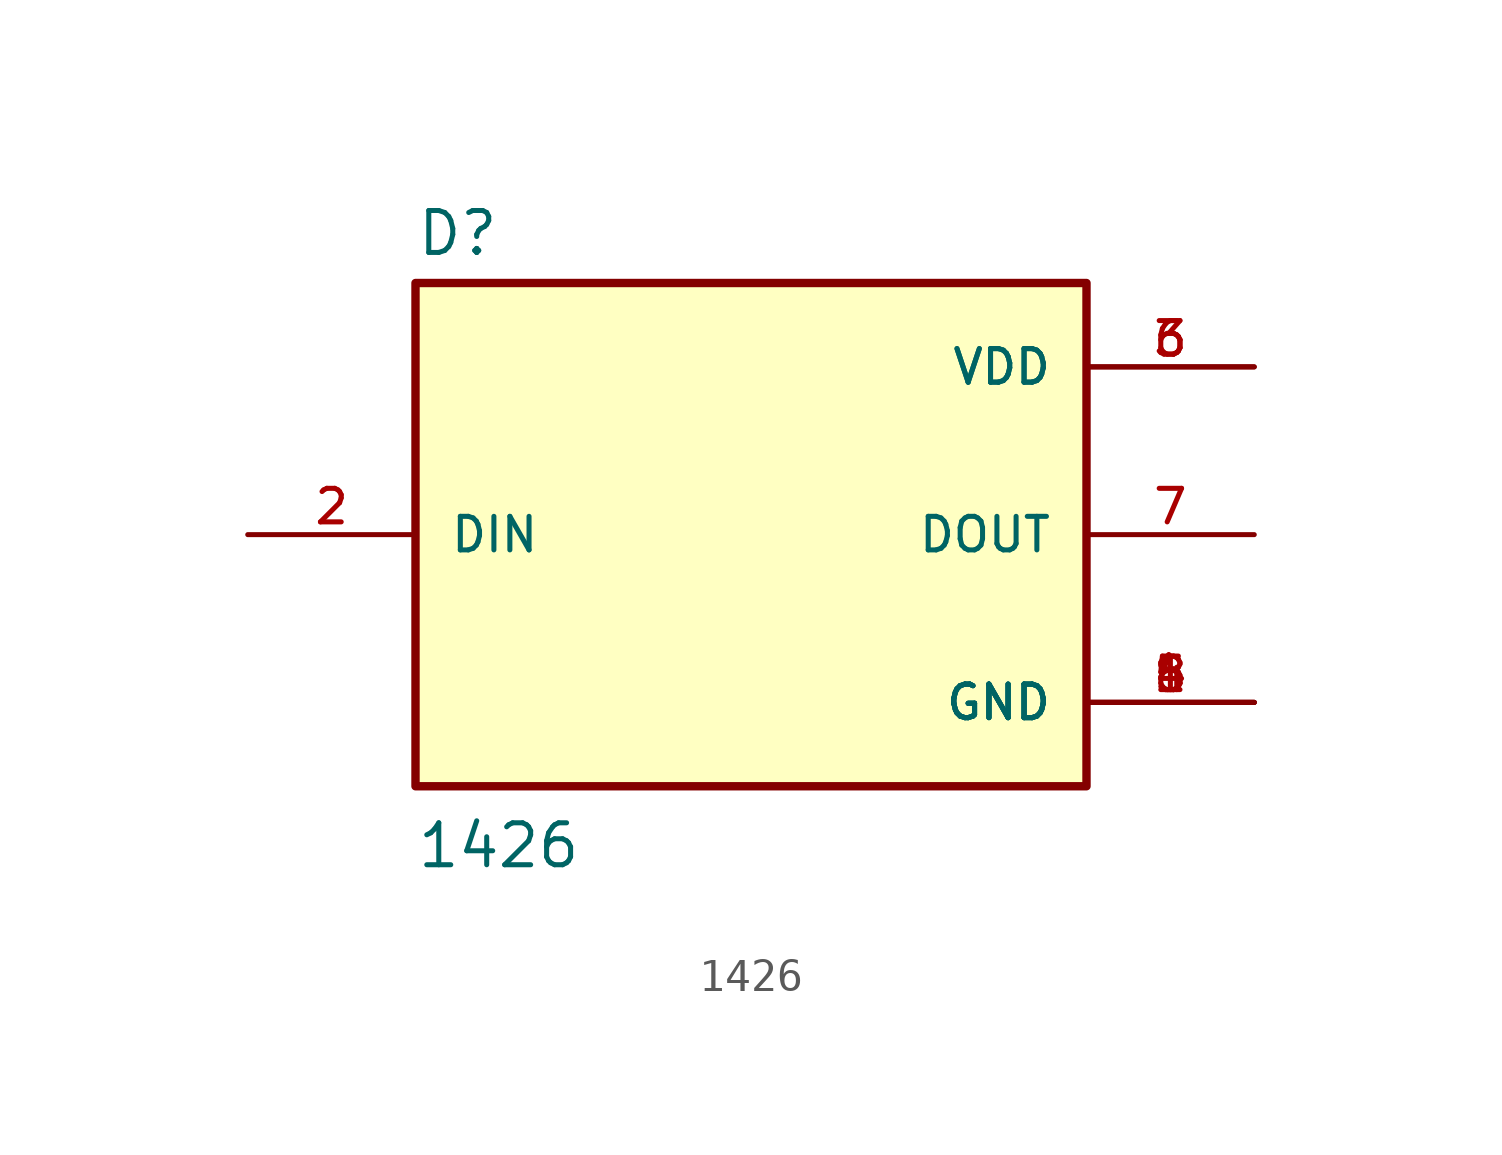
<source format=kicad_sym>
(kicad_symbol_lib
  (version 20211014)
  (generator kicad_symbol_editor)
  (symbol "1426"
    (pin_names
      (offset 1.016))
    (property "Reference" "D"
      (at -10.16 8.382 0)
      (effects (font (size 1.27 1.27)) (justify bottom left)))
    (property "Value" "1426"
      (at -10.16 -10.16 0)
      (effects (font (size 1.27 1.27)) (justify bottom left)))
    (symbol "1426_0_0"
      (rectangle (start -10.16 -7.62) (end 10.16 7.62) (stroke (width 0.254)) (fill (type background)))
      (pin input line (at -15.24 0.0 0) (length 5.08) (name "DIN" (effects (font (size 1.016 1.016)))) (number "2" (effects (font (size 1.016 1.016)))))
      (pin power_in line (at 15.24 5.08 180.0) (length 5.08) (name "VDD" (effects (font (size 1.016 1.016)))) (number "3" (effects (font (size 1.016 1.016)))))
      (pin power_in line (at 15.24 5.08 180.0) (length 5.08) (name "VDD" (effects (font (size 1.016 1.016)))) (number "6" (effects (font (size 1.016 1.016)))))
      (pin output line (at 15.24 0.0 180.0) (length 5.08) (name "DOUT" (effects (font (size 1.016 1.016)))) (number "7" (effects (font (size 1.016 1.016)))))
      (pin power_in line (at 15.24 -5.08 180.0) (length 5.08) (name "GND" (effects (font (size 1.016 1.016)))) (number "1" (effects (font (size 1.016 1.016)))))
      (pin power_in line (at 15.24 -5.08 180.0) (length 5.08) (name "GND" (effects (font (size 1.016 1.016)))) (number "4" (effects (font (size 1.016 1.016)))))
      (pin power_in line (at 15.24 -5.08 180.0) (length 5.08) (name "GND" (effects (font (size 1.016 1.016)))) (number "5" (effects (font (size 1.016 1.016)))))
      (pin power_in line (at 15.24 -5.08 180.0) (length 5.08) (name "GND" (effects (font (size 1.016 1.016)))) (number "8" (effects (font (size 1.016 1.016))))))))
</source>
